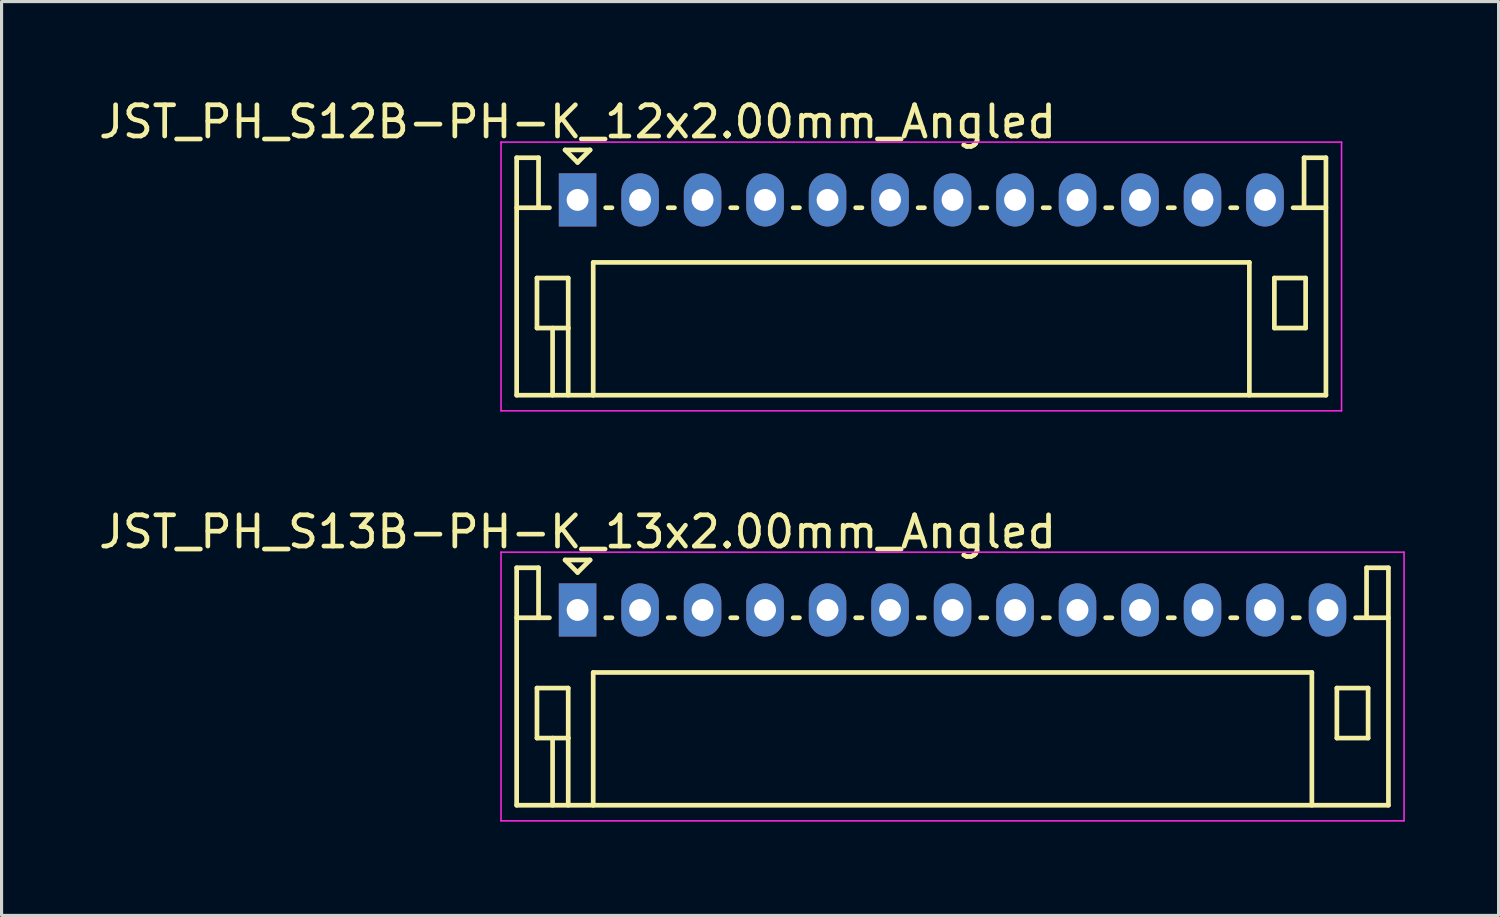
<source format=kicad_pcb>
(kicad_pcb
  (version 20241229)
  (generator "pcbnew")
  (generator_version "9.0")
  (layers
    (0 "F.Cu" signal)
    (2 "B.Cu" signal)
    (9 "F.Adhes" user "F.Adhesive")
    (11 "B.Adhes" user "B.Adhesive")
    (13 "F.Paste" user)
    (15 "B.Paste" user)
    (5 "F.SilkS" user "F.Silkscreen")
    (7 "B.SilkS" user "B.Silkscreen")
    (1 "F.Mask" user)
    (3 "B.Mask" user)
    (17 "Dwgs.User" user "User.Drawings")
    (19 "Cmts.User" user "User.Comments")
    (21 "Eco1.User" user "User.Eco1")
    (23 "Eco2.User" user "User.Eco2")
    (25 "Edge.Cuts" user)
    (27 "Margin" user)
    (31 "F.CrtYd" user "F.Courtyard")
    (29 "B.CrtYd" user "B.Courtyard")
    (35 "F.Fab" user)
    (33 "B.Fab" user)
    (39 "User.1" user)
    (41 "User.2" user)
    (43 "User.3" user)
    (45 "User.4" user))
  (footprint "JST_PH_S12B-PH-K_12x2.00mm_Angled"
    (layer "F.Cu")
    (at 15.435 3.348)
    (property "Reference" "JST_PH_S12B-PH-K_12x2.00mm_Angled" (at 0 -2.5 0) (layer "F.SilkS") (effects (font (size 1 1) (thickness 0.15))))
    (attr through_hole)
    (fp_line (start -1.95 -1.35) (end -1.95 6.25) (stroke (width 0.15) (type solid)) (layer "F.SilkS"))
    (fp_line (start -1.95 0.25) (end -1.25 0.25) (stroke (width 0.15) (type solid)) (layer "F.SilkS"))
    (fp_line (start -1.95 6.25) (end 23.95 6.25) (stroke (width 0.15) (type solid)) (layer "F.SilkS"))
    (fp_line (start -1.3 2.5) (end -1.3 4.1) (stroke (width 0.15) (type solid)) (layer "F.SilkS"))
    (fp_line (start -1.3 4.1) (end -0.3 4.1) (stroke (width 0.15) (type solid)) (layer "F.SilkS"))
    (fp_line (start -1.25 -1.35) (end -1.95 -1.35) (stroke (width 0.15) (type solid)) (layer "F.SilkS"))
    (fp_line (start -1.25 0.25) (end -1.25 -1.35) (stroke (width 0.15) (type solid)) (layer "F.SilkS"))
    (fp_line (start -0.9 0.25) (end -1.25 0.25) (stroke (width 0.15) (type solid)) (layer "F.SilkS"))
    (fp_line (start -0.8 4.1) (end -0.8 6.25) (stroke (width 0.15) (type solid)) (layer "F.SilkS"))
    (fp_line (start -0.4 -1.6) (end 0.4 -1.6) (stroke (width 0.15) (type solid)) (layer "F.SilkS"))
    (fp_line (start -0.3 2.5) (end -1.3 2.5) (stroke (width 0.15) (type solid)) (layer "F.SilkS"))
    (fp_line (start -0.3 4.1) (end -0.3 2.5) (stroke (width 0.15) (type solid)) (layer "F.SilkS"))
    (fp_line (start -0.3 4.1) (end -0.3 6.25) (stroke (width 0.15) (type solid)) (layer "F.SilkS"))
    (fp_line (start 0 -1.2) (end -0.4 -1.6) (stroke (width 0.15) (type solid)) (layer "F.SilkS"))
    (fp_line (start 0.4 -1.6) (end 0 -1.2) (stroke (width 0.15) (type solid)) (layer "F.SilkS"))
    (fp_line (start 0.5 2) (end 21.5 2) (stroke (width 0.15) (type solid)) (layer "F.SilkS"))
    (fp_line (start 0.5 6.25) (end 0.5 2) (stroke (width 0.15) (type solid)) (layer "F.SilkS"))
    (fp_line (start 0.9 0.25) (end 1.1 0.25) (stroke (width 0.15) (type solid)) (layer "F.SilkS"))
    (fp_line (start 2.9 0.25) (end 3.1 0.25) (stroke (width 0.15) (type solid)) (layer "F.SilkS"))
    (fp_line (start 4.9 0.25) (end 5.1 0.25) (stroke (width 0.15) (type solid)) (layer "F.SilkS"))
    (fp_line (start 6.9 0.25) (end 7.1 0.25) (stroke (width 0.15) (type solid)) (layer "F.SilkS"))
    (fp_line (start 8.9 0.25) (end 9.1 0.25) (stroke (width 0.15) (type solid)) (layer "F.SilkS"))
    (fp_line (start 10.9 0.25) (end 11.1 0.25) (stroke (width 0.15) (type solid)) (layer "F.SilkS"))
    (fp_line (start 12.9 0.25) (end 13.1 0.25) (stroke (width 0.15) (type solid)) (layer "F.SilkS"))
    (fp_line (start 14.9 0.25) (end 15.1 0.25) (stroke (width 0.15) (type solid)) (layer "F.SilkS"))
    (fp_line (start 16.9 0.25) (end 17.1 0.25) (stroke (width 0.15) (type solid)) (layer "F.SilkS"))
    (fp_line (start 18.9 0.25) (end 19.1 0.25) (stroke (width 0.15) (type solid)) (layer "F.SilkS"))
    (fp_line (start 20.9 0.25) (end 21.1 0.25) (stroke (width 0.15) (type solid)) (layer "F.SilkS"))
    (fp_line (start 21.5 2) (end 21.5 6.25) (stroke (width 0.15) (type solid)) (layer "F.SilkS"))
    (fp_line (start 22.3 2.5) (end 23.3 2.5) (stroke (width 0.15) (type solid)) (layer "F.SilkS"))
    (fp_line (start 22.3 4.1) (end 22.3 2.5) (stroke (width 0.15) (type solid)) (layer "F.SilkS"))
    (fp_line (start 23.25 -1.35) (end 23.25 0.25) (stroke (width 0.15) (type solid)) (layer "F.SilkS"))
    (fp_line (start 23.25 0.25) (end 22.9 0.25) (stroke (width 0.15) (type solid)) (layer "F.SilkS"))
    (fp_line (start 23.3 2.5) (end 23.3 4.1) (stroke (width 0.15) (type solid)) (layer "F.SilkS"))
    (fp_line (start 23.3 4.1) (end 22.3 4.1) (stroke (width 0.15) (type solid)) (layer "F.SilkS"))
    (fp_line (start 23.95 -1.35) (end 23.25 -1.35) (stroke (width 0.15) (type solid)) (layer "F.SilkS"))
    (fp_line (start 23.95 0.25) (end 23.25 0.25) (stroke (width 0.15) (type solid)) (layer "F.SilkS"))
    (fp_line (start 23.95 6.25) (end 23.95 -1.35) (stroke (width 0.15) (type solid)) (layer "F.SilkS"))
    (fp_line (start -2.45 -1.85) (end 24.45 -1.85) (stroke (width 0.05) (type solid)) (layer "F.CrtYd"))
    (fp_line (start -2.45 6.75) (end -2.45 -1.85) (stroke (width 0.05) (type solid)) (layer "F.CrtYd"))
    (fp_line (start 24.45 -1.85) (end 24.45 6.75) (stroke (width 0.05) (type solid)) (layer "F.CrtYd"))
    (fp_line (start 24.45 6.75) (end -2.45 6.75) (stroke (width 0.05) (type solid)) (layer "F.CrtYd"))
    (pad "1" thru_hole rect (at 0 0) (size 1.2 1.7) (drill 0.7) (layers "*.Cu" "*.Mask"))
    (pad "2" thru_hole oval (at 2 0) (size 1.2 1.7) (drill 0.7) (layers "*.Cu" "*.Mask"))
    (pad "3" thru_hole oval (at 4 0) (size 1.2 1.7) (drill 0.7) (layers "*.Cu" "*.Mask"))
    (pad "4" thru_hole oval (at 6 0) (size 1.2 1.7) (drill 0.7) (layers "*.Cu" "*.Mask"))
    (pad "5" thru_hole oval (at 8 0) (size 1.2 1.7) (drill 0.7) (layers "*.Cu" "*.Mask"))
    (pad "6" thru_hole oval (at 10 0) (size 1.2 1.7) (drill 0.7) (layers "*.Cu" "*.Mask"))
    (pad "7" thru_hole oval (at 12 0) (size 1.2 1.7) (drill 0.7) (layers "*.Cu" "*.Mask"))
    (pad "8" thru_hole oval (at 14 0) (size 1.2 1.7) (drill 0.7) (layers "*.Cu" "*.Mask"))
    (pad "9" thru_hole oval (at 16 0) (size 1.2 1.7) (drill 0.7) (layers "*.Cu" "*.Mask"))
    (pad "10" thru_hole oval (at 18 0) (size 1.2 1.7) (drill 0.7) (layers "*.Cu" "*.Mask"))
    (pad "11" thru_hole oval (at 20 0) (size 1.2 1.7) (drill 0.7) (layers "*.Cu" "*.Mask"))
    (pad "12" thru_hole oval (at 22 0) (size 1.2 1.7) (drill 0.7) (layers "*.Cu" "*.Mask")))
  (footprint "JST_PH_S13B-PH-K_13x2.00mm_Angled"
    (layer "F.Cu")
    (at 15.435 16.471)
    (property "Reference" "JST_PH_S13B-PH-K_13x2.00mm_Angled" (at 0 -2.5 0) (layer "F.SilkS") (effects (font (size 1 1) (thickness 0.15))))
    (attr through_hole)
    (fp_line (start -1.95 -1.35) (end -1.95 6.25) (stroke (width 0.15) (type solid)) (layer "F.SilkS"))
    (fp_line (start -1.95 0.25) (end -1.25 0.25) (stroke (width 0.15) (type solid)) (layer "F.SilkS"))
    (fp_line (start -1.95 6.25) (end 25.95 6.25) (stroke (width 0.15) (type solid)) (layer "F.SilkS"))
    (fp_line (start -1.3 2.5) (end -1.3 4.1) (stroke (width 0.15) (type solid)) (layer "F.SilkS"))
    (fp_line (start -1.3 4.1) (end -0.3 4.1) (stroke (width 0.15) (type solid)) (layer "F.SilkS"))
    (fp_line (start -1.25 -1.35) (end -1.95 -1.35) (stroke (width 0.15) (type solid)) (layer "F.SilkS"))
    (fp_line (start -1.25 0.25) (end -1.25 -1.35) (stroke (width 0.15) (type solid)) (layer "F.SilkS"))
    (fp_line (start -0.9 0.25) (end -1.25 0.25) (stroke (width 0.15) (type solid)) (layer "F.SilkS"))
    (fp_line (start -0.8 4.1) (end -0.8 6.25) (stroke (width 0.15) (type solid)) (layer "F.SilkS"))
    (fp_line (start -0.4 -1.6) (end 0.4 -1.6) (stroke (width 0.15) (type solid)) (layer "F.SilkS"))
    (fp_line (start -0.3 2.5) (end -1.3 2.5) (stroke (width 0.15) (type solid)) (layer "F.SilkS"))
    (fp_line (start -0.3 4.1) (end -0.3 2.5) (stroke (width 0.15) (type solid)) (layer "F.SilkS"))
    (fp_line (start -0.3 4.1) (end -0.3 6.25) (stroke (width 0.15) (type solid)) (layer "F.SilkS"))
    (fp_line (start 0 -1.2) (end -0.4 -1.6) (stroke (width 0.15) (type solid)) (layer "F.SilkS"))
    (fp_line (start 0.4 -1.6) (end 0 -1.2) (stroke (width 0.15) (type solid)) (layer "F.SilkS"))
    (fp_line (start 0.5 2) (end 23.5 2) (stroke (width 0.15) (type solid)) (layer "F.SilkS"))
    (fp_line (start 0.5 6.25) (end 0.5 2) (stroke (width 0.15) (type solid)) (layer "F.SilkS"))
    (fp_line (start 0.9 0.25) (end 1.1 0.25) (stroke (width 0.15) (type solid)) (layer "F.SilkS"))
    (fp_line (start 2.9 0.25) (end 3.1 0.25) (stroke (width 0.15) (type solid)) (layer "F.SilkS"))
    (fp_line (start 4.9 0.25) (end 5.1 0.25) (stroke (width 0.15) (type solid)) (layer "F.SilkS"))
    (fp_line (start 6.9 0.25) (end 7.1 0.25) (stroke (width 0.15) (type solid)) (layer "F.SilkS"))
    (fp_line (start 8.9 0.25) (end 9.1 0.25) (stroke (width 0.15) (type solid)) (layer "F.SilkS"))
    (fp_line (start 10.9 0.25) (end 11.1 0.25) (stroke (width 0.15) (type solid)) (layer "F.SilkS"))
    (fp_line (start 12.9 0.25) (end 13.1 0.25) (stroke (width 0.15) (type solid)) (layer "F.SilkS"))
    (fp_line (start 14.9 0.25) (end 15.1 0.25) (stroke (width 0.15) (type solid)) (layer "F.SilkS"))
    (fp_line (start 16.9 0.25) (end 17.1 0.25) (stroke (width 0.15) (type solid)) (layer "F.SilkS"))
    (fp_line (start 18.9 0.25) (end 19.1 0.25) (stroke (width 0.15) (type solid)) (layer "F.SilkS"))
    (fp_line (start 20.9 0.25) (end 21.1 0.25) (stroke (width 0.15) (type solid)) (layer "F.SilkS"))
    (fp_line (start 22.9 0.25) (end 23.1 0.25) (stroke (width 0.15) (type solid)) (layer "F.SilkS"))
    (fp_line (start 23.5 2) (end 23.5 6.25) (stroke (width 0.15) (type solid)) (layer "F.SilkS"))
    (fp_line (start 24.3 2.5) (end 25.3 2.5) (stroke (width 0.15) (type solid)) (layer "F.SilkS"))
    (fp_line (start 24.3 4.1) (end 24.3 2.5) (stroke (width 0.15) (type solid)) (layer "F.SilkS"))
    (fp_line (start 25.25 -1.35) (end 25.25 0.25) (stroke (width 0.15) (type solid)) (layer "F.SilkS"))
    (fp_line (start 25.25 0.25) (end 24.9 0.25) (stroke (width 0.15) (type solid)) (layer "F.SilkS"))
    (fp_line (start 25.3 2.5) (end 25.3 4.1) (stroke (width 0.15) (type solid)) (layer "F.SilkS"))
    (fp_line (start 25.3 4.1) (end 24.3 4.1) (stroke (width 0.15) (type solid)) (layer "F.SilkS"))
    (fp_line (start 25.95 -1.35) (end 25.25 -1.35) (stroke (width 0.15) (type solid)) (layer "F.SilkS"))
    (fp_line (start 25.95 0.25) (end 25.25 0.25) (stroke (width 0.15) (type solid)) (layer "F.SilkS"))
    (fp_line (start 25.95 6.25) (end 25.95 -1.35) (stroke (width 0.15) (type solid)) (layer "F.SilkS"))
    (fp_line (start -2.45 -1.85) (end 26.45 -1.85) (stroke (width 0.05) (type solid)) (layer "F.CrtYd"))
    (fp_line (start -2.45 6.75) (end -2.45 -1.85) (stroke (width 0.05) (type solid)) (layer "F.CrtYd"))
    (fp_line (start 26.45 -1.85) (end 26.45 6.75) (stroke (width 0.05) (type solid)) (layer "F.CrtYd"))
    (fp_line (start 26.45 6.75) (end -2.45 6.75) (stroke (width 0.05) (type solid)) (layer "F.CrtYd"))
    (pad "1" thru_hole rect (at 0 0) (size 1.2 1.7) (drill 0.7) (layers "*.Cu" "*.Mask"))
    (pad "2" thru_hole oval (at 2 0) (size 1.2 1.7) (drill 0.7) (layers "*.Cu" "*.Mask"))
    (pad "3" thru_hole oval (at 4 0) (size 1.2 1.7) (drill 0.7) (layers "*.Cu" "*.Mask"))
    (pad "4" thru_hole oval (at 6 0) (size 1.2 1.7) (drill 0.7) (layers "*.Cu" "*.Mask"))
    (pad "5" thru_hole oval (at 8 0) (size 1.2 1.7) (drill 0.7) (layers "*.Cu" "*.Mask"))
    (pad "6" thru_hole oval (at 10 0) (size 1.2 1.7) (drill 0.7) (layers "*.Cu" "*.Mask"))
    (pad "7" thru_hole oval (at 12 0) (size 1.2 1.7) (drill 0.7) (layers "*.Cu" "*.Mask"))
    (pad "8" thru_hole oval (at 14 0) (size 1.2 1.7) (drill 0.7) (layers "*.Cu" "*.Mask"))
    (pad "9" thru_hole oval (at 16 0) (size 1.2 1.7) (drill 0.7) (layers "*.Cu" "*.Mask"))
    (pad "10" thru_hole oval (at 18 0) (size 1.2 1.7) (drill 0.7) (layers "*.Cu" "*.Mask"))
    (pad "11" thru_hole oval (at 20 0) (size 1.2 1.7) (drill 0.7) (layers "*.Cu" "*.Mask"))
    (pad "12" thru_hole oval (at 22 0) (size 1.2 1.7) (drill 0.7) (layers "*.Cu" "*.Mask"))
    (pad "13" thru_hole oval (at 24 0) (size 1.2 1.7) (drill 0.7) (layers "*.Cu" "*.Mask")))
  (gr_rect
    (start -3 -3)
    (end 44.91 26.247)
    (stroke (width 0.1) (type default))
    (fill no)
    (layer "Edge.Cuts")))
</source>
